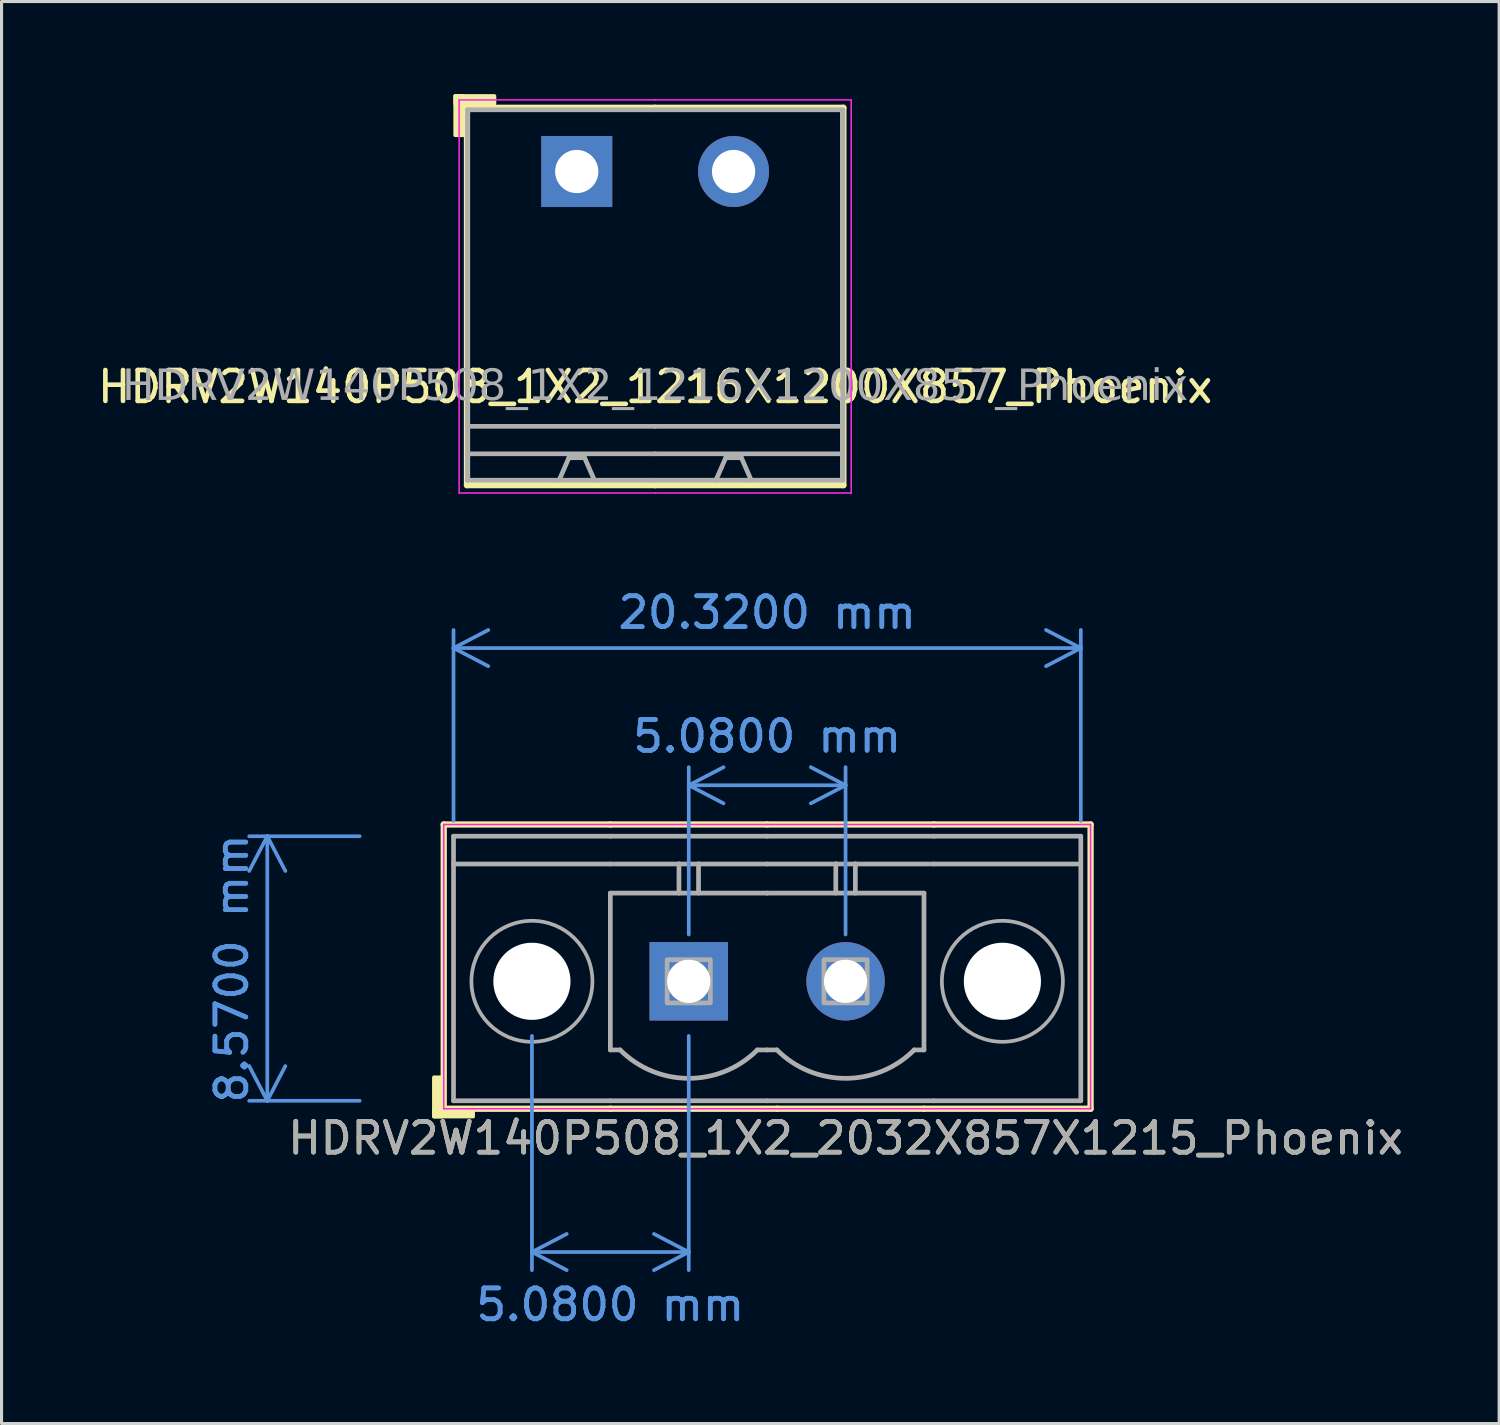
<source format=kicad_pcb>
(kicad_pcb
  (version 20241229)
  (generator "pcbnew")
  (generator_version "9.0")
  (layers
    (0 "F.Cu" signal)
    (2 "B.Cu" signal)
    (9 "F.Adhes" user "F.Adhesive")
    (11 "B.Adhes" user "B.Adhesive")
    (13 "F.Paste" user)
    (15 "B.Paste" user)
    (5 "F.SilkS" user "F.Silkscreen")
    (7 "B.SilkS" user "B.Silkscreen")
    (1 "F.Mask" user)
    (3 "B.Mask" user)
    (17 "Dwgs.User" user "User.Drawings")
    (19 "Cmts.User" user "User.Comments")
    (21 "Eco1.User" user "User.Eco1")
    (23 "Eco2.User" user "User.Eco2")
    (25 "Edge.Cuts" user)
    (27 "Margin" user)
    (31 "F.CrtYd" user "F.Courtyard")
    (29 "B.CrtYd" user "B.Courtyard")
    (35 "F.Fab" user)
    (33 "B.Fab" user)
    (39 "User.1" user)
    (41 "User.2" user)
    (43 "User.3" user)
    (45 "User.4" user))
  (footprint "HDRV2W140P508_1X2_2032X857X1215_Phoenix"
    (layer "F.Cu")
    (at 21.801 28.738)
    (property "Reference" "HDRV2W140P508_1X2_2032X857X1215_Phoenix" (at 2.54 5.08 0) (layer "F.SilkS") (effects (font (size 1 1) (thickness 0.15))))
    (attr through_hole)
    (fp_line (start -10.477 -5.08) (end -10.477 4.128) (stroke (width 0.203) (type solid)) (layer "F.SilkS"))
    (fp_line (start -10.477 -5.08) (end -5.08 -5.08) (stroke (width 0.203) (type solid)) (layer "F.SilkS"))
    (fp_line (start -10.477 4.128) (end -5.08 4.128) (stroke (width 0.203) (type solid)) (layer "F.SilkS"))
    (fp_line (start 0 -5.08) (end -5.08 -5.08) (stroke (width 0.203) (type solid)) (layer "F.SilkS"))
    (fp_line (start 0.318 4.128) (end -5.08 4.128) (stroke (width 0.203) (type solid)) (layer "F.SilkS"))
    (fp_line (start 0.318 4.128) (end 5.08 4.128) (stroke (width 0.203) (type solid)) (layer "F.SilkS"))
    (fp_line (start 5.397 -5.08) (end 0 -5.08) (stroke (width 0.203) (type solid)) (layer "F.SilkS"))
    (fp_line (start 10.477 -5.08) (end 5.397 -5.08) (stroke (width 0.203) (type solid)) (layer "F.SilkS"))
    (fp_line (start 10.477 -5.08) (end 10.477 4.128) (stroke (width 0.203) (type solid)) (layer "F.SilkS"))
    (fp_line (start 10.477 4.128) (end 5.08 4.128) (stroke (width 0.203) (type solid)) (layer "F.SilkS"))
    (fp_rect (start -10.541 3.111) (end -10.795 4.381) (stroke (width 0.12) (type solid)) (fill yes) (layer "F.SilkS"))
    (fp_rect (start -9.525 4.381) (end -10.795 4.128) (stroke (width 0.12) (type solid)) (fill yes) (layer "F.SilkS"))
    (fp_line (start -10.477 4.128) (end -10.477 -5.08) (stroke (width 0.05) (type solid)) (layer "F.CrtYd"))
    (fp_line (start -5.08 -5.08) (end -10.477 -5.08) (stroke (width 0.05) (type solid)) (layer "F.CrtYd"))
    (fp_line (start -5.08 -5.08) (end 0 -5.08) (stroke (width 0.05) (type solid)) (layer "F.CrtYd"))
    (fp_line (start -5.08 4.128) (end -10.477 4.128) (stroke (width 0.05) (type solid)) (layer "F.CrtYd"))
    (fp_line (start -5.08 4.128) (end 0 4.128) (stroke (width 0.05) (type solid)) (layer "F.CrtYd"))
    (fp_line (start 0 -5.08) (end 5.397 -5.08) (stroke (width 0.05) (type solid)) (layer "F.CrtYd"))
    (fp_line (start 0 4.128) (end 5.397 4.128) (stroke (width 0.05) (type solid)) (layer "F.CrtYd"))
    (fp_line (start 5.397 -5.08) (end 10.477 -5.08) (stroke (width 0.05) (type solid)) (layer "F.CrtYd"))
    (fp_line (start 5.397 4.128) (end 10.477 4.128) (stroke (width 0.05) (type solid)) (layer "F.CrtYd"))
    (fp_line (start 10.477 4.128) (end 10.477 -5.08) (stroke (width 0.05) (type solid)) (layer "F.CrtYd"))
    (fp_line (start -10.16 -4.7) (end -10.16 3.87) (stroke (width 0.152) (type solid)) (layer "F.Fab"))
    (fp_line (start -10.16 -3.8) (end -5.08 -3.8) (stroke (width 0.152) (type solid)) (layer "F.Fab"))
    (fp_line (start -5.08 -4.7) (end -10.16 -4.7) (stroke (width 0.152) (type solid)) (layer "F.Fab"))
    (fp_line (start -5.08 -4.7) (end 0 -4.7) (stroke (width 0.152) (type solid)) (layer "F.Fab"))
    (fp_line (start -5.08 -2.857) (end 0 -2.857) (stroke (width 0.152) (type default)) (layer "F.Fab"))
    (fp_line (start -5.08 2.223) (end -5.08 -2.857) (stroke (width 0.152) (type default)) (layer "F.Fab"))
    (fp_line (start -5.08 3.87) (end -10.16 3.87) (stroke (width 0.152) (type solid)) (layer "F.Fab"))
    (fp_line (start -5.08 3.87) (end 0 3.87) (stroke (width 0.152) (type solid)) (layer "F.Fab"))
    (fp_line (start -4.763 2.223) (end -5.08 2.223) (stroke (width 0.152) (type default)) (layer "F.Fab"))
    (fp_line (start -2.857 -3.81) (end -2.857 -2.857) (stroke (width 0.152) (type default)) (layer "F.Fab"))
    (fp_line (start -2.223 -3.81) (end -2.223 -2.857) (stroke (width 0.152) (type default)) (layer "F.Fab"))
    (fp_line (start 0 -4.7) (end 5.397 -4.7) (stroke (width 0.152) (type solid)) (layer "F.Fab"))
    (fp_line (start 0 -3.8) (end -5.08 -3.8) (stroke (width 0.152) (type solid)) (layer "F.Fab"))
    (fp_line (start 0 -2.857) (end 5.08 -2.857) (stroke (width 0.152) (type default)) (layer "F.Fab"))
    (fp_line (start 0 2.223) (end -0.318 2.223) (stroke (width 0.152) (type default)) (layer "F.Fab"))
    (fp_line (start 0 3.87) (end 5.397 3.87) (stroke (width 0.152) (type solid)) (layer "F.Fab"))
    (fp_line (start 0.318 2.223) (end 0 2.223) (stroke (width 0.152) (type default)) (layer "F.Fab"))
    (fp_line (start 2.223 -3.81) (end 2.223 -2.857) (stroke (width 0.152) (type default)) (layer "F.Fab"))
    (fp_line (start 2.857 -3.81) (end 2.857 -2.857) (stroke (width 0.152) (type default)) (layer "F.Fab"))
    (fp_line (start 5.08 2.223) (end 4.763 2.223) (stroke (width 0.152) (type default)) (layer "F.Fab"))
    (fp_line (start 5.08 2.223) (end 5.08 -2.857) (stroke (width 0.152) (type default)) (layer "F.Fab"))
    (fp_line (start 5.397 -4.7) (end 10.16 -4.7) (stroke (width 0.152) (type solid)) (layer "F.Fab"))
    (fp_line (start 5.397 -3.8) (end 0 -3.8) (stroke (width 0.152) (type solid)) (layer "F.Fab"))
    (fp_line (start 5.397 3.87) (end 10.16 3.87) (stroke (width 0.152) (type solid)) (layer "F.Fab"))
    (fp_line (start 10.16 -4.7) (end 10.16 3.87) (stroke (width 0.152) (type solid)) (layer "F.Fab"))
    (fp_line (start 10.16 -3.8) (end 5.397 -3.8) (stroke (width 0.152) (type solid)) (layer "F.Fab"))
    (fp_rect (start -1.84 -0.7) (end -3.24 0.7) (stroke (width 0.152) (type solid)) (fill no) (layer "F.Fab"))
    (fp_rect (start 3.24 -0.7) (end 1.84 0.7) (stroke (width 0.152) (type solid)) (fill no) (layer "F.Fab"))
    (fp_arc (start -0.3175 2.2225) (mid -2.54 3.143092) (end -4.7625 2.2225) (stroke (width 0.1524) (type default)) (layer "F.Fab"))
    (fp_arc (start 4.7625 2.2225) (mid 2.54 3.143092) (end 0.3175 2.2225) (stroke (width 0.1524) (type default)) (layer "F.Fab"))
    (fp_circle (center -7.62 0) (end -5.66 0) (stroke (width 0.12) (type default)) (fill no) (layer "F.Fab"))
    (fp_circle (center 7.62 0) (end 9.58 0) (stroke (width 0.12) (type default)) (fill no) (layer "F.Fab"))
    (fp_text user "${REFERENCE}" (at 2.54 5.08 0) (layer "F.Fab") (effects (font (size 1 1) (thickness 0.15))))
    (dimension (type aligned) (layer "Cmts.User") (pts (xy 19.261 27.722) (xy 24.341 27.722)) (height -5.334) (format (prefix "") (suffix "") (units 3) (units_format 1) (precision 4)) (style (thickness 0.12) (arrow_length 1.27) (text_position_mode 2) (arrow_direction outward) (extension_height 0.586) (extension_offset 0.5) (keep_text_aligned yes)) (gr_text "5.0800 mm" (at 21.801 20.801 0) (layer "Cmts.User") (effects (font (size 1 1) (thickness 0.15)))))
    (dimension (type aligned) (layer "Cmts.User") (pts (xy 19.261 30.008) (xy 14.181 30.008)) (height -7.5) (format (prefix "") (suffix "") (units 3) (units_format 1) (precision 4)) (style (thickness 0.12) (arrow_length 1.27) (text_position_mode 2) (arrow_direction outward) (extension_height 0.586) (extension_offset 0.5) (keep_text_aligned yes)) (gr_text "5.0800 mm" (at 16.721 39.216 0) (layer "Cmts.User") (effects (font (size 1 1) (thickness 0.15)))))
    (dimension (type aligned) (layer "Cmts.User") (pts (xy 11.641 24.038) (xy 31.961 24.038)) (height -6.095) (format (prefix "") (suffix "") (units 3) (units_format 1) (precision 4)) (style (thickness 0.12) (arrow_length 1.27) (text_position_mode 0) (arrow_direction outward) (extension_height 0.586) (extension_offset 0.5) (keep_text_aligned yes)) (gr_text "20.3200 mm" (at 21.801 16.793 0) (layer "Cmts.User") (effects (font (size 1 1) (thickness 0.15)))))
    (dimension (type aligned) (layer "Cmts.User") (pts (xy 9.101 32.608) (xy 9.101 24.038)) (height -3.493) (format (prefix "") (suffix "") (units 3) (units_format 1) (precision 4)) (style (thickness 0.12) (arrow_length 1.27) (text_position_mode 0) (arrow_direction outward) (extension_height 0.586) (extension_offset 0.5) (keep_text_aligned yes)) (gr_text "8.5700 mm" (at 4.458 28.323 90) (layer "Cmts.User") (effects (font (size 1 1) (thickness 0.15)))))
    (pad "" np_thru_hole circle (at -7.62 0) (size 2.5 2.5) (drill 2.5) (layers "*.Cu" "*.Mask"))
    (pad "" np_thru_hole circle (at 7.62 0) (size 2.5 2.5) (drill 2.5) (layers "*.Cu" "*.Mask"))
    (pad "1" thru_hole rect (at -2.54 0) (size 2.54 2.54) (drill 1.4) (layers "*.Cu" "*.Mask"))
    (pad "2" thru_hole circle (at 2.54 0) (size 2.54 2.54) (drill 1.4) (layers "*.Cu" "*.Mask")))
  (footprint "HDRV2W140P508_1X2_1216X1200X857_Phoenix"
    (layer "F.Cu")
    (at 18.173 2.506)
    (property "Reference" "HDRV2W140P508_1X2_1216X1200X857_Phoenix" (at 0 6.975 0) (layer "F.SilkS") (effects (font (size 1 1) (thickness 0.15))))
    (attr through_hole)
    (fp_line (start -6.096 -2.065) (end -6.096 10.16) (stroke (width 0.203) (type solid)) (layer "F.SilkS"))
    (fp_line (start -6.096 10.16) (end 0 10.16) (stroke (width 0.203) (type solid)) (layer "F.SilkS"))
    (fp_line (start 0 -2.065) (end -6.096 -2.065) (stroke (width 0.203) (type solid)) (layer "F.SilkS"))
    (fp_line (start 0 -2.065) (end 6.096 -2.065) (stroke (width 0.203) (type solid)) (layer "F.SilkS"))
    (fp_line (start 6.096 -2.065) (end 6.096 10.16) (stroke (width 0.203) (type solid)) (layer "F.SilkS"))
    (fp_line (start 6.096 10.16) (end 0 10.16) (stroke (width 0.203) (type solid)) (layer "F.SilkS"))
    (fp_rect (start -6.477 -2.446) (end -6.223 -1.176) (stroke (width 0.12) (type solid)) (fill yes) (layer "F.SilkS"))
    (fp_rect (start -6.477 -2.446) (end -5.207 -2.192) (stroke (width 0.12) (type solid)) (fill yes) (layer "F.SilkS"))
    (fp_line (start -6.35 10.414) (end -6.35 -2.319) (stroke (width 0.05) (type solid)) (layer "F.CrtYd"))
    (fp_line (start 0 -2.319) (end -6.35 -2.319) (stroke (width 0.05) (type solid)) (layer "F.CrtYd"))
    (fp_line (start 0 -2.319) (end 6.35 -2.319) (stroke (width 0.05) (type solid)) (layer "F.CrtYd"))
    (fp_line (start 0 10.414) (end -6.35 10.414) (stroke (width 0.05) (type solid)) (layer "F.CrtYd"))
    (fp_line (start 0 10.414) (end 6.35 10.414) (stroke (width 0.05) (type solid)) (layer "F.CrtYd"))
    (fp_line (start 6.35 10.414) (end 6.35 -2.319) (stroke (width 0.05) (type solid)) (layer "F.CrtYd"))
    (fp_line (start -6.08 -2) (end -6.08 10) (stroke (width 0.152) (type solid)) (layer "F.Fab"))
    (fp_line (start -2.794 9.271) (end -3.111 10) (stroke (width 0.152) (type default)) (layer "F.Fab"))
    (fp_line (start -2.286 9.271) (end -2.794 9.271) (stroke (width 0.152) (type default)) (layer "F.Fab"))
    (fp_line (start -2.286 9.271) (end -1.968 10) (stroke (width 0.152) (type default)) (layer "F.Fab"))
    (fp_line (start 0 -2) (end -6.08 -2) (stroke (width 0.152) (type solid)) (layer "F.Fab"))
    (fp_line (start 0 -2) (end 6.08 -2) (stroke (width 0.152) (type solid)) (layer "F.Fab"))
    (fp_line (start 0 8.255) (end -6.08 8.255) (stroke (width 0.152) (type solid)) (layer "F.Fab"))
    (fp_line (start 0 8.255) (end 6.08 8.255) (stroke (width 0.152) (type solid)) (layer "F.Fab"))
    (fp_line (start 0 9.144) (end -6.08 9.144) (stroke (width 0.152) (type solid)) (layer "F.Fab"))
    (fp_line (start 0 9.144) (end 6.08 9.144) (stroke (width 0.152) (type solid)) (layer "F.Fab"))
    (fp_line (start 0 10) (end -6.08 10) (stroke (width 0.152) (type solid)) (layer "F.Fab"))
    (fp_line (start 0 10) (end 6.08 10) (stroke (width 0.152) (type solid)) (layer "F.Fab"))
    (fp_line (start 2.286 9.271) (end 1.968 10) (stroke (width 0.152) (type default)) (layer "F.Fab"))
    (fp_line (start 2.794 9.271) (end 2.286 9.271) (stroke (width 0.152) (type default)) (layer "F.Fab"))
    (fp_line (start 2.794 9.271) (end 3.111 10) (stroke (width 0.152) (type default)) (layer "F.Fab"))
    (fp_line (start 6.08 -2) (end 6.08 10) (stroke (width 0.152) (type solid)) (layer "F.Fab"))
    (fp_rect (start -2.794 -0.254) (end -2.286 0.254) (stroke (width 0.152) (type solid)) (fill no) (layer "F.Fab"))
    (fp_rect (start 2.794 -0.254) (end 2.286 0.254) (stroke (width 0.152) (type solid)) (fill no) (layer "F.Fab"))
    (fp_text user "${REFERENCE}" (at 0 6.985 0) (layer "F.Fab") (effects (font (face "Tahoma") (size 1 1) (thickness 0.15))))
    (pad "1" thru_hole rect (at -2.54 0) (size 2.3 2.3) (drill 1.4) (layers "*.Cu" "*.Mask"))
    (pad "2" thru_hole circle (at 2.54 0) (size 2.3 2.3) (drill 1.4) (layers "*.Cu" "*.Mask")))
  (gr_rect
    (start -3 -3)
    (end 45.513 43.064)
    (stroke (width 0.1) (type default))
    (fill no)
    (layer "Edge.Cuts")))
</source>
